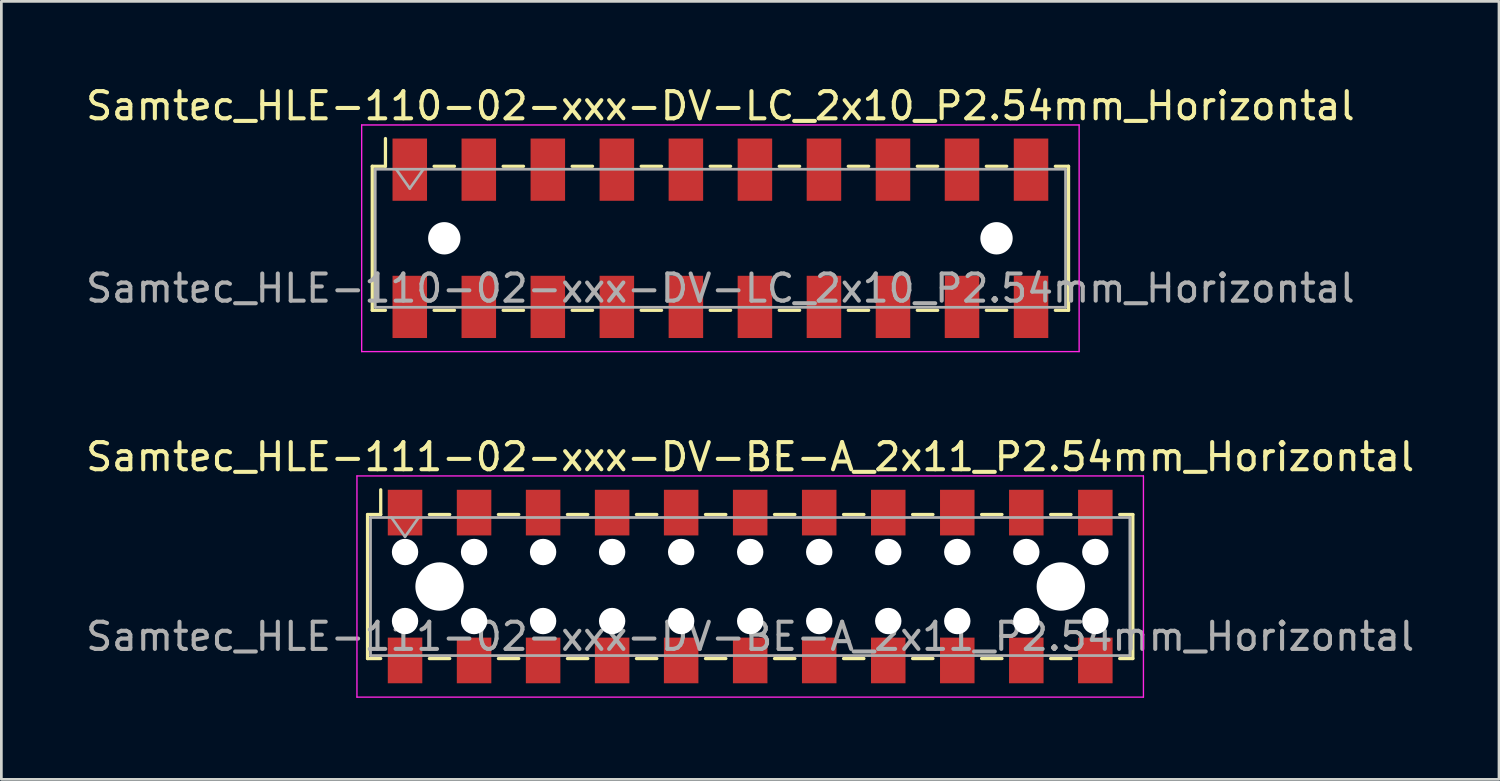
<source format=kicad_pcb>
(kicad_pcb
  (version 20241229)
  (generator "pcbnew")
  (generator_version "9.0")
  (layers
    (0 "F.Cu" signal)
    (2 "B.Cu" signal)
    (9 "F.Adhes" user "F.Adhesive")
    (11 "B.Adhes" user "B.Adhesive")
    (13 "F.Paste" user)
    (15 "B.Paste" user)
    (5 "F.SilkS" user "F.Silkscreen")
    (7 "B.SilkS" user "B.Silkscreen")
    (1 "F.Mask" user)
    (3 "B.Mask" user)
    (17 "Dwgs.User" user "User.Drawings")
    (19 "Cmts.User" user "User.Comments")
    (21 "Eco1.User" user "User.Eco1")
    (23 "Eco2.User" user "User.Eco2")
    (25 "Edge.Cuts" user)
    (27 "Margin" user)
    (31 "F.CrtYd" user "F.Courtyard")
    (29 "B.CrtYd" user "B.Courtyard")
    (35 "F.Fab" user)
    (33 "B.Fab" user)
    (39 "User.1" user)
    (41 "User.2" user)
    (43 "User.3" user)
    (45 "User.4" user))
  (footprint "Samtec_HLE-111-02-xxx-DV-BE-A_2x11_P2.54mm_Horizontal"
    (layer "F.Cu")
    (at 24.554 18.532)
    (property "Reference" "Samtec_HLE-111-02-xxx-DV-BE-A_2x11_P2.54mm_Horizontal" (at 0 -4.77 0) (layer "F.SilkS") (effects (font (size 1 1) (thickness 0.15))))
    (attr smd)
    (fp_line (start -14.08 -2.65) (end -14.08 2.65) (stroke (width 0.12) (type solid)) (layer "F.SilkS"))
    (fp_line (start -14.08 2.65) (end -13.595 2.65) (stroke (width 0.12) (type solid)) (layer "F.SilkS"))
    (fp_line (start -13.595 -3.56) (end -13.595 -2.65) (stroke (width 0.12) (type solid)) (layer "F.SilkS"))
    (fp_line (start -13.595 -2.65) (end -14.08 -2.65) (stroke (width 0.12) (type solid)) (layer "F.SilkS"))
    (fp_line (start -11.805 -2.65) (end -11.055 -2.65) (stroke (width 0.12) (type solid)) (layer "F.SilkS"))
    (fp_line (start -11.805 2.65) (end -11.055 2.65) (stroke (width 0.12) (type solid)) (layer "F.SilkS"))
    (fp_line (start -9.265 -2.65) (end -8.515 -2.65) (stroke (width 0.12) (type solid)) (layer "F.SilkS"))
    (fp_line (start -9.265 2.65) (end -8.515 2.65) (stroke (width 0.12) (type solid)) (layer "F.SilkS"))
    (fp_line (start -6.725 -2.65) (end -5.975 -2.65) (stroke (width 0.12) (type solid)) (layer "F.SilkS"))
    (fp_line (start -6.725 2.65) (end -5.975 2.65) (stroke (width 0.12) (type solid)) (layer "F.SilkS"))
    (fp_line (start -4.185 -2.65) (end -3.435 -2.65) (stroke (width 0.12) (type solid)) (layer "F.SilkS"))
    (fp_line (start -4.185 2.65) (end -3.435 2.65) (stroke (width 0.12) (type solid)) (layer "F.SilkS"))
    (fp_line (start -1.645 -2.65) (end -0.895 -2.65) (stroke (width 0.12) (type solid)) (layer "F.SilkS"))
    (fp_line (start -1.645 2.65) (end -0.895 2.65) (stroke (width 0.12) (type solid)) (layer "F.SilkS"))
    (fp_line (start 0.895 -2.65) (end 1.645 -2.65) (stroke (width 0.12) (type solid)) (layer "F.SilkS"))
    (fp_line (start 0.895 2.65) (end 1.645 2.65) (stroke (width 0.12) (type solid)) (layer "F.SilkS"))
    (fp_line (start 3.435 -2.65) (end 4.185 -2.65) (stroke (width 0.12) (type solid)) (layer "F.SilkS"))
    (fp_line (start 3.435 2.65) (end 4.185 2.65) (stroke (width 0.12) (type solid)) (layer "F.SilkS"))
    (fp_line (start 5.975 -2.65) (end 6.725 -2.65) (stroke (width 0.12) (type solid)) (layer "F.SilkS"))
    (fp_line (start 5.975 2.65) (end 6.725 2.65) (stroke (width 0.12) (type solid)) (layer "F.SilkS"))
    (fp_line (start 8.515 -2.65) (end 9.265 -2.65) (stroke (width 0.12) (type solid)) (layer "F.SilkS"))
    (fp_line (start 8.515 2.65) (end 9.265 2.65) (stroke (width 0.12) (type solid)) (layer "F.SilkS"))
    (fp_line (start 11.055 -2.65) (end 11.805 -2.65) (stroke (width 0.12) (type solid)) (layer "F.SilkS"))
    (fp_line (start 11.055 2.65) (end 11.805 2.65) (stroke (width 0.12) (type solid)) (layer "F.SilkS"))
    (fp_line (start 13.595 -2.65) (end 14.08 -2.65) (stroke (width 0.12) (type solid)) (layer "F.SilkS"))
    (fp_line (start 14.08 -2.65) (end 14.08 2.65) (stroke (width 0.12) (type solid)) (layer "F.SilkS"))
    (fp_line (start 14.08 2.65) (end 13.595 2.65) (stroke (width 0.12) (type solid)) (layer "F.SilkS"))
    (fp_line (start -14.47 -4.07) (end 14.47 -4.07) (stroke (width 0.05) (type solid)) (layer "F.CrtYd"))
    (fp_line (start -14.47 4.07) (end -14.47 -4.07) (stroke (width 0.05) (type solid)) (layer "F.CrtYd"))
    (fp_line (start 14.47 -4.07) (end 14.47 4.07) (stroke (width 0.05) (type solid)) (layer "F.CrtYd"))
    (fp_line (start 14.47 4.07) (end -14.47 4.07) (stroke (width 0.05) (type solid)) (layer "F.CrtYd"))
    (fp_line (start -13.97 -2.54) (end 13.97 -2.54) (stroke (width 0.1) (type solid)) (layer "F.Fab"))
    (fp_line (start -13.97 2.54) (end -13.97 -2.54) (stroke (width 0.1) (type solid)) (layer "F.Fab"))
    (fp_line (start -13.2 -2.54) (end -12.7 -1.833) (stroke (width 0.1) (type solid)) (layer "F.Fab"))
    (fp_line (start -12.7 -1.833) (end -12.2 -2.54) (stroke (width 0.1) (type solid)) (layer "F.Fab"))
    (fp_line (start 13.97 -2.54) (end 13.97 2.54) (stroke (width 0.1) (type solid)) (layer "F.Fab"))
    (fp_line (start 13.97 2.54) (end -13.97 2.54) (stroke (width 0.1) (type solid)) (layer "F.Fab"))
    (fp_text user "${REFERENCE}" (at 0 1.84 0) (layer "F.Fab") (effects (font (size 1 1) (thickness 0.15))))
    (pad "" np_thru_hole circle (at -12.7 -1.27) (size 0.97 0.97) (drill 0.97) (layers "*.Cu" "*.Mask"))
    (pad "" np_thru_hole circle (at -12.7 1.27) (size 0.97 0.97) (drill 0.97) (layers "*.Cu" "*.Mask"))
    (pad "" np_thru_hole circle (at -11.43 0) (size 1.78 1.78) (drill 1.78) (layers "*.Cu" "*.Mask"))
    (pad "" np_thru_hole circle (at -10.16 -1.27) (size 0.97 0.97) (drill 0.97) (layers "*.Cu" "*.Mask"))
    (pad "" np_thru_hole circle (at -10.16 1.27) (size 0.97 0.97) (drill 0.97) (layers "*.Cu" "*.Mask"))
    (pad "" np_thru_hole circle (at -7.62 -1.27) (size 0.97 0.97) (drill 0.97) (layers "*.Cu" "*.Mask"))
    (pad "" np_thru_hole circle (at -7.62 1.27) (size 0.97 0.97) (drill 0.97) (layers "*.Cu" "*.Mask"))
    (pad "" np_thru_hole circle (at -5.08 -1.27) (size 0.97 0.97) (drill 0.97) (layers "*.Cu" "*.Mask"))
    (pad "" np_thru_hole circle (at -5.08 1.27) (size 0.97 0.97) (drill 0.97) (layers "*.Cu" "*.Mask"))
    (pad "" np_thru_hole circle (at -2.54 -1.27) (size 0.97 0.97) (drill 0.97) (layers "*.Cu" "*.Mask"))
    (pad "" np_thru_hole circle (at -2.54 1.27) (size 0.97 0.97) (drill 0.97) (layers "*.Cu" "*.Mask"))
    (pad "" np_thru_hole circle (at 0 -1.27) (size 0.97 0.97) (drill 0.97) (layers "*.Cu" "*.Mask"))
    (pad "" np_thru_hole circle (at 0 1.27) (size 0.97 0.97) (drill 0.97) (layers "*.Cu" "*.Mask"))
    (pad "" np_thru_hole circle (at 2.54 -1.27) (size 0.97 0.97) (drill 0.97) (layers "*.Cu" "*.Mask"))
    (pad "" np_thru_hole circle (at 2.54 1.27) (size 0.97 0.97) (drill 0.97) (layers "*.Cu" "*.Mask"))
    (pad "" np_thru_hole circle (at 5.08 -1.27) (size 0.97 0.97) (drill 0.97) (layers "*.Cu" "*.Mask"))
    (pad "" np_thru_hole circle (at 5.08 1.27) (size 0.97 0.97) (drill 0.97) (layers "*.Cu" "*.Mask"))
    (pad "" np_thru_hole circle (at 7.62 -1.27) (size 0.97 0.97) (drill 0.97) (layers "*.Cu" "*.Mask"))
    (pad "" np_thru_hole circle (at 7.62 1.27) (size 0.97 0.97) (drill 0.97) (layers "*.Cu" "*.Mask"))
    (pad "" np_thru_hole circle (at 10.16 -1.27) (size 0.97 0.97) (drill 0.97) (layers "*.Cu" "*.Mask"))
    (pad "" np_thru_hole circle (at 10.16 1.27) (size 0.97 0.97) (drill 0.97) (layers "*.Cu" "*.Mask"))
    (pad "" np_thru_hole circle (at 11.43 0) (size 1.78 1.78) (drill 1.78) (layers "*.Cu" "*.Mask"))
    (pad "" np_thru_hole circle (at 12.7 -1.27) (size 0.97 0.97) (drill 0.97) (layers "*.Cu" "*.Mask"))
    (pad "" np_thru_hole circle (at 12.7 1.27) (size 0.97 0.97) (drill 0.97) (layers "*.Cu" "*.Mask"))
    (pad "1" smd rect (at -12.7 -2.72) (size 1.27 1.68) (layers "F.Cu" "F.Mask" "F.Paste"))
    (pad "2" smd rect (at -12.7 2.72) (size 1.27 1.68) (layers "F.Cu" "F.Mask" "F.Paste"))
    (pad "3" smd rect (at -10.16 -2.72) (size 1.27 1.68) (layers "F.Cu" "F.Mask" "F.Paste"))
    (pad "4" smd rect (at -10.16 2.72) (size 1.27 1.68) (layers "F.Cu" "F.Mask" "F.Paste"))
    (pad "5" smd rect (at -7.62 -2.72) (size 1.27 1.68) (layers "F.Cu" "F.Mask" "F.Paste"))
    (pad "6" smd rect (at -7.62 2.72) (size 1.27 1.68) (layers "F.Cu" "F.Mask" "F.Paste"))
    (pad "7" smd rect (at -5.08 -2.72) (size 1.27 1.68) (layers "F.Cu" "F.Mask" "F.Paste"))
    (pad "8" smd rect (at -5.08 2.72) (size 1.27 1.68) (layers "F.Cu" "F.Mask" "F.Paste"))
    (pad "9" smd rect (at -2.54 -2.72) (size 1.27 1.68) (layers "F.Cu" "F.Mask" "F.Paste"))
    (pad "10" smd rect (at -2.54 2.72) (size 1.27 1.68) (layers "F.Cu" "F.Mask" "F.Paste"))
    (pad "11" smd rect (at 0 -2.72) (size 1.27 1.68) (layers "F.Cu" "F.Mask" "F.Paste"))
    (pad "12" smd rect (at 0 2.72) (size 1.27 1.68) (layers "F.Cu" "F.Mask" "F.Paste"))
    (pad "13" smd rect (at 2.54 -2.72) (size 1.27 1.68) (layers "F.Cu" "F.Mask" "F.Paste"))
    (pad "14" smd rect (at 2.54 2.72) (size 1.27 1.68) (layers "F.Cu" "F.Mask" "F.Paste"))
    (pad "15" smd rect (at 5.08 -2.72) (size 1.27 1.68) (layers "F.Cu" "F.Mask" "F.Paste"))
    (pad "16" smd rect (at 5.08 2.72) (size 1.27 1.68) (layers "F.Cu" "F.Mask" "F.Paste"))
    (pad "17" smd rect (at 7.62 -2.72) (size 1.27 1.68) (layers "F.Cu" "F.Mask" "F.Paste"))
    (pad "18" smd rect (at 7.62 2.72) (size 1.27 1.68) (layers "F.Cu" "F.Mask" "F.Paste"))
    (pad "19" smd rect (at 10.16 -2.72) (size 1.27 1.68) (layers "F.Cu" "F.Mask" "F.Paste"))
    (pad "20" smd rect (at 10.16 2.72) (size 1.27 1.68) (layers "F.Cu" "F.Mask" "F.Paste"))
    (pad "21" smd rect (at 12.7 -2.72) (size 1.27 1.68) (layers "F.Cu" "F.Mask" "F.Paste"))
    (pad "22" smd rect (at 12.7 2.72) (size 1.27 1.68) (layers "F.Cu" "F.Mask" "F.Paste")))
  (footprint "Samtec_HLE-110-02-xxx-DV-LC_2x10_P2.54mm_Horizontal"
    (layer "F.Cu")
    (at 23.458 5.718)
    (property "Reference" "Samtec_HLE-110-02-xxx-DV-LC_2x10_P2.54mm_Horizontal" (at 0 -4.87 0) (layer "F.SilkS") (effects (font (size 1 1) (thickness 0.15))))
    (attr smd)
    (fp_line (start -12.81 -2.65) (end -12.81 2.65) (stroke (width 0.12) (type solid)) (layer "F.SilkS"))
    (fp_line (start -12.81 2.65) (end -12.325 2.65) (stroke (width 0.12) (type solid)) (layer "F.SilkS"))
    (fp_line (start -12.325 -3.67) (end -12.325 -2.65) (stroke (width 0.12) (type solid)) (layer "F.SilkS"))
    (fp_line (start -12.325 -2.65) (end -12.81 -2.65) (stroke (width 0.12) (type solid)) (layer "F.SilkS"))
    (fp_line (start -10.535 -2.65) (end -9.785 -2.65) (stroke (width 0.12) (type solid)) (layer "F.SilkS"))
    (fp_line (start -10.535 2.65) (end -9.785 2.65) (stroke (width 0.12) (type solid)) (layer "F.SilkS"))
    (fp_line (start -7.995 -2.65) (end -7.245 -2.65) (stroke (width 0.12) (type solid)) (layer "F.SilkS"))
    (fp_line (start -7.995 2.65) (end -7.245 2.65) (stroke (width 0.12) (type solid)) (layer "F.SilkS"))
    (fp_line (start -5.455 -2.65) (end -4.705 -2.65) (stroke (width 0.12) (type solid)) (layer "F.SilkS"))
    (fp_line (start -5.455 2.65) (end -4.705 2.65) (stroke (width 0.12) (type solid)) (layer "F.SilkS"))
    (fp_line (start -2.915 -2.65) (end -2.165 -2.65) (stroke (width 0.12) (type solid)) (layer "F.SilkS"))
    (fp_line (start -2.915 2.65) (end -2.165 2.65) (stroke (width 0.12) (type solid)) (layer "F.SilkS"))
    (fp_line (start -0.375 -2.65) (end 0.375 -2.65) (stroke (width 0.12) (type solid)) (layer "F.SilkS"))
    (fp_line (start -0.375 2.65) (end 0.375 2.65) (stroke (width 0.12) (type solid)) (layer "F.SilkS"))
    (fp_line (start 2.165 -2.65) (end 2.915 -2.65) (stroke (width 0.12) (type solid)) (layer "F.SilkS"))
    (fp_line (start 2.165 2.65) (end 2.915 2.65) (stroke (width 0.12) (type solid)) (layer "F.SilkS"))
    (fp_line (start 4.705 -2.65) (end 5.455 -2.65) (stroke (width 0.12) (type solid)) (layer "F.SilkS"))
    (fp_line (start 4.705 2.65) (end 5.455 2.65) (stroke (width 0.12) (type solid)) (layer "F.SilkS"))
    (fp_line (start 7.245 -2.65) (end 7.995 -2.65) (stroke (width 0.12) (type solid)) (layer "F.SilkS"))
    (fp_line (start 7.245 2.65) (end 7.995 2.65) (stroke (width 0.12) (type solid)) (layer "F.SilkS"))
    (fp_line (start 9.785 -2.65) (end 10.535 -2.65) (stroke (width 0.12) (type solid)) (layer "F.SilkS"))
    (fp_line (start 9.785 2.65) (end 10.535 2.65) (stroke (width 0.12) (type solid)) (layer "F.SilkS"))
    (fp_line (start 12.325 -2.65) (end 12.81 -2.65) (stroke (width 0.12) (type solid)) (layer "F.SilkS"))
    (fp_line (start 12.81 -2.65) (end 12.81 2.65) (stroke (width 0.12) (type solid)) (layer "F.SilkS"))
    (fp_line (start 12.81 2.65) (end 12.325 2.65) (stroke (width 0.12) (type solid)) (layer "F.SilkS"))
    (fp_line (start -13.2 -4.17) (end 13.2 -4.17) (stroke (width 0.05) (type solid)) (layer "F.CrtYd"))
    (fp_line (start -13.2 4.17) (end -13.2 -4.17) (stroke (width 0.05) (type solid)) (layer "F.CrtYd"))
    (fp_line (start 13.2 -4.17) (end 13.2 4.17) (stroke (width 0.05) (type solid)) (layer "F.CrtYd"))
    (fp_line (start 13.2 4.17) (end -13.2 4.17) (stroke (width 0.05) (type solid)) (layer "F.CrtYd"))
    (fp_line (start -12.7 -2.54) (end 12.7 -2.54) (stroke (width 0.1) (type solid)) (layer "F.Fab"))
    (fp_line (start -12.7 2.54) (end -12.7 -2.54) (stroke (width 0.1) (type solid)) (layer "F.Fab"))
    (fp_line (start -11.93 -2.54) (end -11.43 -1.833) (stroke (width 0.1) (type solid)) (layer "F.Fab"))
    (fp_line (start -11.43 -1.833) (end -10.93 -2.54) (stroke (width 0.1) (type solid)) (layer "F.Fab"))
    (fp_line (start 12.7 -2.54) (end 12.7 2.54) (stroke (width 0.1) (type solid)) (layer "F.Fab"))
    (fp_line (start 12.7 2.54) (end -12.7 2.54) (stroke (width 0.1) (type solid)) (layer "F.Fab"))
    (fp_text user "${REFERENCE}" (at 0 1.84 0) (layer "F.Fab") (effects (font (size 1 1) (thickness 0.15))))
    (pad "" np_thru_hole circle (at -10.16 0) (size 1.19 1.19) (drill 1.19) (layers "*.Cu" "*.Mask"))
    (pad "" np_thru_hole circle (at 10.16 0) (size 1.19 1.19) (drill 1.19) (layers "*.Cu" "*.Mask"))
    (pad "1" smd rect (at -11.43 -2.525) (size 1.27 2.29) (layers "F.Cu" "F.Mask" "F.Paste"))
    (pad "2" smd rect (at -11.43 2.525) (size 1.27 2.29) (layers "F.Cu" "F.Mask" "F.Paste"))
    (pad "3" smd rect (at -8.89 -2.525) (size 1.27 2.29) (layers "F.Cu" "F.Mask" "F.Paste"))
    (pad "4" smd rect (at -8.89 2.525) (size 1.27 2.29) (layers "F.Cu" "F.Mask" "F.Paste"))
    (pad "5" smd rect (at -6.35 -2.525) (size 1.27 2.29) (layers "F.Cu" "F.Mask" "F.Paste"))
    (pad "6" smd rect (at -6.35 2.525) (size 1.27 2.29) (layers "F.Cu" "F.Mask" "F.Paste"))
    (pad "7" smd rect (at -3.81 -2.525) (size 1.27 2.29) (layers "F.Cu" "F.Mask" "F.Paste"))
    (pad "8" smd rect (at -3.81 2.525) (size 1.27 2.29) (layers "F.Cu" "F.Mask" "F.Paste"))
    (pad "9" smd rect (at -1.27 -2.525) (size 1.27 2.29) (layers "F.Cu" "F.Mask" "F.Paste"))
    (pad "10" smd rect (at -1.27 2.525) (size 1.27 2.29) (layers "F.Cu" "F.Mask" "F.Paste"))
    (pad "11" smd rect (at 1.27 -2.525) (size 1.27 2.29) (layers "F.Cu" "F.Mask" "F.Paste"))
    (pad "12" smd rect (at 1.27 2.525) (size 1.27 2.29) (layers "F.Cu" "F.Mask" "F.Paste"))
    (pad "13" smd rect (at 3.81 -2.525) (size 1.27 2.29) (layers "F.Cu" "F.Mask" "F.Paste"))
    (pad "14" smd rect (at 3.81 2.525) (size 1.27 2.29) (layers "F.Cu" "F.Mask" "F.Paste"))
    (pad "15" smd rect (at 6.35 -2.525) (size 1.27 2.29) (layers "F.Cu" "F.Mask" "F.Paste"))
    (pad "16" smd rect (at 6.35 2.525) (size 1.27 2.29) (layers "F.Cu" "F.Mask" "F.Paste"))
    (pad "17" smd rect (at 8.89 -2.525) (size 1.27 2.29) (layers "F.Cu" "F.Mask" "F.Paste"))
    (pad "18" smd rect (at 8.89 2.525) (size 1.27 2.29) (layers "F.Cu" "F.Mask" "F.Paste"))
    (pad "19" smd rect (at 11.43 -2.525) (size 1.27 2.29) (layers "F.Cu" "F.Mask" "F.Paste"))
    (pad "20" smd rect (at 11.43 2.525) (size 1.27 2.29) (layers "F.Cu" "F.Mask" "F.Paste")))
  (gr_rect
    (start -3 -3)
    (end 52.107 25.627)
    (stroke (width 0.1) (type default))
    (fill no)
    (layer "Edge.Cuts")))
</source>
